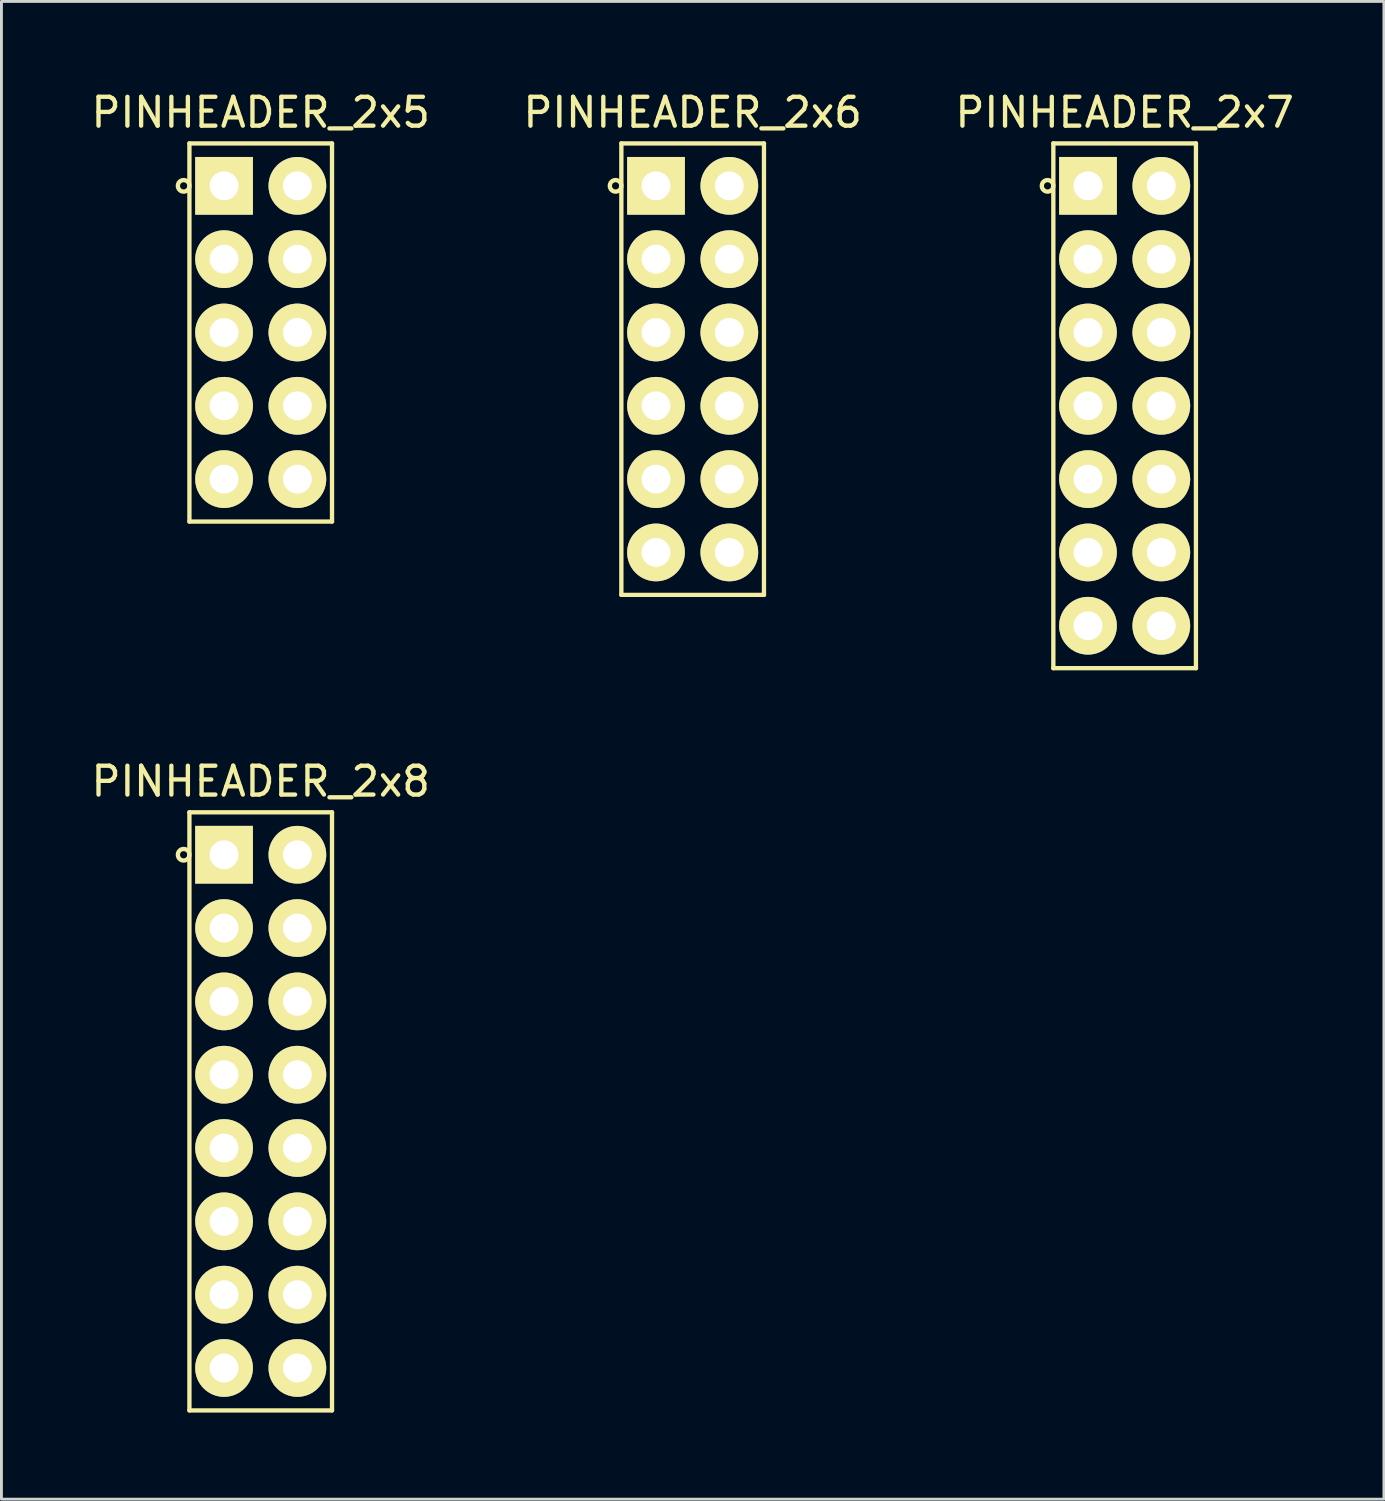
<source format=kicad_pcb>
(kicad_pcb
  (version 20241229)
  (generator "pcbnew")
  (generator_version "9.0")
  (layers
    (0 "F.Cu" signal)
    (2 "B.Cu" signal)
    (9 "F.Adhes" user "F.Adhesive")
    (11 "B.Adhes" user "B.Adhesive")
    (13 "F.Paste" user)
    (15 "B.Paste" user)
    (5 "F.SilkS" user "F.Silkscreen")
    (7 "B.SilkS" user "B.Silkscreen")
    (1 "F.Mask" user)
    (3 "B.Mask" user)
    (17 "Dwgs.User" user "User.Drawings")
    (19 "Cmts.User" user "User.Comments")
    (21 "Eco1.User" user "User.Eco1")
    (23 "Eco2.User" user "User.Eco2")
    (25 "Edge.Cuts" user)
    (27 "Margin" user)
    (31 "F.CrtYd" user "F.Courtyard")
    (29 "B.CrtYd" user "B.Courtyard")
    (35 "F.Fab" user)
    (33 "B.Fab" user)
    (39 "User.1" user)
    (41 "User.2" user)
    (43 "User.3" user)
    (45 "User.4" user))
  (footprint "PINHEADER_2x5"
    (layer "F.Cu")
    (at 4.712 3.388)
    (property "Reference" "PINHEADER_2x5" (at 1.27 -2.54 0) (layer "F.SilkS") (effects (font (size 1 1) (thickness 0.15))))
    (attr through_hole)
    (fp_line (start -1.2 -1.47) (end 3.74 -1.47) (stroke (width 0.15) (type solid)) (layer "F.SilkS"))
    (fp_line (start -1.2 11.63) (end -1.2 -1.47) (stroke (width 0.15) (type solid)) (layer "F.SilkS"))
    (fp_line (start 3.74 -1.47) (end 3.74 11.63) (stroke (width 0.15) (type solid)) (layer "F.SilkS"))
    (fp_line (start 3.74 11.63) (end -1.2 11.63) (stroke (width 0.15) (type solid)) (layer "F.SilkS"))
    (fp_circle (center -1.4 0) (end -1.4 0.2) (stroke (width 0.15) (type solid)) (fill no) (layer "F.SilkS"))
    (pad "1" thru_hole rect (at 0 0) (size 2 2) (drill 1) (layers "*.Cu" "*.Mask" "F.SilkS"))
    (pad "2" thru_hole circle (at 0 2.54) (size 2 2) (drill 1) (layers "*.Cu" "*.Mask" "F.SilkS"))
    (pad "3" thru_hole circle (at 0 5.08) (size 2 2) (drill 1) (layers "*.Cu" "*.Mask" "F.SilkS"))
    (pad "4" thru_hole circle (at 0 7.62) (size 2 2) (drill 1) (layers "*.Cu" "*.Mask" "F.SilkS"))
    (pad "5" thru_hole circle (at 0 10.16) (size 2 2) (drill 1) (layers "*.Cu" "*.Mask" "F.SilkS"))
    (pad "6" thru_hole circle (at 2.54 10.16) (size 2 2) (drill 1) (layers "*.Cu" "*.Mask" "F.SilkS"))
    (pad "7" thru_hole circle (at 2.54 7.62) (size 2 2) (drill 1) (layers "*.Cu" "*.Mask" "F.SilkS"))
    (pad "8" thru_hole circle (at 2.54 5.08) (size 2 2) (drill 1) (layers "*.Cu" "*.Mask" "F.SilkS"))
    (pad "9" thru_hole circle (at 2.54 2.54) (size 2 2) (drill 1) (layers "*.Cu" "*.Mask" "F.SilkS"))
    (pad "10" thru_hole circle (at 2.54 0) (size 2 2) (drill 1) (layers "*.Cu" "*.Mask" "F.SilkS")))
  (footprint "PINHEADER_2x7"
    (layer "F.Cu")
    (at 34.641 3.388)
    (property "Reference" "PINHEADER_2x7" (at 1.27 -2.54 0) (layer "F.SilkS") (effects (font (size 1 1) (thickness 0.15))))
    (attr through_hole)
    (fp_line (start -1.2 -1.47) (end 3.74 -1.47) (stroke (width 0.15) (type solid)) (layer "F.SilkS"))
    (fp_line (start -1.2 16.71) (end -1.2 -1.47) (stroke (width 0.15) (type solid)) (layer "F.SilkS"))
    (fp_line (start 3.74 -1.47) (end 3.74 16.71) (stroke (width 0.15) (type solid)) (layer "F.SilkS"))
    (fp_line (start 3.74 16.71) (end -1.2 16.71) (stroke (width 0.15) (type solid)) (layer "F.SilkS"))
    (fp_circle (center -1.4 0) (end -1.4 0.2) (stroke (width 0.15) (type solid)) (fill no) (layer "F.SilkS"))
    (pad "1" thru_hole rect (at 0 0) (size 2 2) (drill 1) (layers "*.Cu" "*.Mask" "F.SilkS"))
    (pad "2" thru_hole circle (at 0 2.54) (size 2 2) (drill 1) (layers "*.Cu" "*.Mask" "F.SilkS"))
    (pad "3" thru_hole circle (at 0 5.08) (size 2 2) (drill 1) (layers "*.Cu" "*.Mask" "F.SilkS"))
    (pad "4" thru_hole circle (at 0 7.62) (size 2 2) (drill 1) (layers "*.Cu" "*.Mask" "F.SilkS"))
    (pad "5" thru_hole circle (at 0 10.16) (size 2 2) (drill 1) (layers "*.Cu" "*.Mask" "F.SilkS"))
    (pad "6" thru_hole circle (at 0 12.7) (size 2 2) (drill 1) (layers "*.Cu" "*.Mask" "F.SilkS"))
    (pad "7" thru_hole circle (at 0 15.24) (size 2 2) (drill 1) (layers "*.Cu" "*.Mask" "F.SilkS"))
    (pad "8" thru_hole circle (at 2.54 15.24) (size 2 2) (drill 1) (layers "*.Cu" "*.Mask" "F.SilkS"))
    (pad "9" thru_hole circle (at 2.54 12.7) (size 2 2) (drill 1) (layers "*.Cu" "*.Mask" "F.SilkS"))
    (pad "10" thru_hole circle (at 2.54 10.16) (size 2 2) (drill 1) (layers "*.Cu" "*.Mask" "F.SilkS"))
    (pad "11" thru_hole circle (at 2.54 7.62) (size 2 2) (drill 1) (layers "*.Cu" "*.Mask" "F.SilkS"))
    (pad "12" thru_hole circle (at 2.54 5.08) (size 2 2) (drill 1) (layers "*.Cu" "*.Mask" "F.SilkS"))
    (pad "13" thru_hole circle (at 2.54 2.54) (size 2 2) (drill 1) (layers "*.Cu" "*.Mask" "F.SilkS"))
    (pad "14" thru_hole circle (at 2.54 0) (size 2 2) (drill 1) (layers "*.Cu" "*.Mask" "F.SilkS")))
  (footprint "PINHEADER_2x8"
    (layer "F.Cu")
    (at 4.712 26.561)
    (property "Reference" "PINHEADER_2x8" (at 1.27 -2.54 0) (layer "F.SilkS") (effects (font (size 1 1) (thickness 0.15))))
    (attr through_hole)
    (fp_line (start -1.2 -1.47) (end 3.74 -1.47) (stroke (width 0.15) (type solid)) (layer "F.SilkS"))
    (fp_line (start -1.2 19.25) (end -1.2 -1.47) (stroke (width 0.15) (type solid)) (layer "F.SilkS"))
    (fp_line (start 3.74 -1.47) (end 3.74 19.25) (stroke (width 0.15) (type solid)) (layer "F.SilkS"))
    (fp_line (start 3.74 19.25) (end -1.2 19.25) (stroke (width 0.15) (type solid)) (layer "F.SilkS"))
    (fp_circle (center -1.4 0) (end -1.4 0.2) (stroke (width 0.15) (type solid)) (fill no) (layer "F.SilkS"))
    (pad "1" thru_hole rect (at 0 0) (size 2 2) (drill 1) (layers "*.Cu" "*.Mask" "F.SilkS"))
    (pad "2" thru_hole circle (at 0 2.54) (size 2 2) (drill 1) (layers "*.Cu" "*.Mask" "F.SilkS"))
    (pad "3" thru_hole circle (at 0 5.08) (size 2 2) (drill 1) (layers "*.Cu" "*.Mask" "F.SilkS"))
    (pad "4" thru_hole circle (at 0 7.62) (size 2 2) (drill 1) (layers "*.Cu" "*.Mask" "F.SilkS"))
    (pad "5" thru_hole circle (at 0 10.16) (size 2 2) (drill 1) (layers "*.Cu" "*.Mask" "F.SilkS"))
    (pad "6" thru_hole circle (at 0 12.7) (size 2 2) (drill 1) (layers "*.Cu" "*.Mask" "F.SilkS"))
    (pad "7" thru_hole circle (at 0 15.24) (size 2 2) (drill 1) (layers "*.Cu" "*.Mask" "F.SilkS"))
    (pad "8" thru_hole circle (at 0 17.78) (size 2 2) (drill 1) (layers "*.Cu" "*.Mask" "F.SilkS"))
    (pad "9" thru_hole circle (at 2.54 17.78) (size 2 2) (drill 1) (layers "*.Cu" "*.Mask" "F.SilkS"))
    (pad "10" thru_hole circle (at 2.54 15.24) (size 2 2) (drill 1) (layers "*.Cu" "*.Mask" "F.SilkS"))
    (pad "11" thru_hole circle (at 2.54 12.7) (size 2 2) (drill 1) (layers "*.Cu" "*.Mask" "F.SilkS"))
    (pad "12" thru_hole circle (at 2.54 10.16) (size 2 2) (drill 1) (layers "*.Cu" "*.Mask" "F.SilkS"))
    (pad "13" thru_hole circle (at 2.54 7.62) (size 2 2) (drill 1) (layers "*.Cu" "*.Mask" "F.SilkS"))
    (pad "14" thru_hole circle (at 2.54 5.08) (size 2 2) (drill 1) (layers "*.Cu" "*.Mask" "F.SilkS"))
    (pad "15" thru_hole circle (at 2.54 2.54) (size 2 2) (drill 1) (layers "*.Cu" "*.Mask" "F.SilkS"))
    (pad "16" thru_hole circle (at 2.54 0) (size 2 2) (drill 1) (layers "*.Cu" "*.Mask" "F.SilkS")))
  (footprint "PINHEADER_2x6"
    (layer "F.Cu")
    (at 19.676 3.388)
    (property "Reference" "PINHEADER_2x6" (at 1.27 -2.54 0) (layer "F.SilkS") (effects (font (size 1 1) (thickness 0.15))))
    (attr through_hole)
    (fp_line (start -1.2 -1.47) (end 3.74 -1.47) (stroke (width 0.15) (type solid)) (layer "F.SilkS"))
    (fp_line (start -1.2 14.17) (end -1.2 -1.47) (stroke (width 0.15) (type solid)) (layer "F.SilkS"))
    (fp_line (start 3.74 -1.47) (end 3.74 14.17) (stroke (width 0.15) (type solid)) (layer "F.SilkS"))
    (fp_line (start 3.74 14.17) (end -1.2 14.17) (stroke (width 0.15) (type solid)) (layer "F.SilkS"))
    (fp_circle (center -1.4 0) (end -1.4 0.2) (stroke (width 0.15) (type solid)) (fill no) (layer "F.SilkS"))
    (pad "1" thru_hole rect (at 0 0) (size 2 2) (drill 1) (layers "*.Cu" "*.Mask" "F.SilkS"))
    (pad "2" thru_hole circle (at 0 2.54) (size 2 2) (drill 1) (layers "*.Cu" "*.Mask" "F.SilkS"))
    (pad "3" thru_hole circle (at 0 5.08) (size 2 2) (drill 1) (layers "*.Cu" "*.Mask" "F.SilkS"))
    (pad "4" thru_hole circle (at 0 7.62) (size 2 2) (drill 1) (layers "*.Cu" "*.Mask" "F.SilkS"))
    (pad "5" thru_hole circle (at 0 10.16) (size 2 2) (drill 1) (layers "*.Cu" "*.Mask" "F.SilkS"))
    (pad "6" thru_hole circle (at 0 12.7) (size 2 2) (drill 1) (layers "*.Cu" "*.Mask" "F.SilkS"))
    (pad "7" thru_hole circle (at 2.54 12.7) (size 2 2) (drill 1) (layers "*.Cu" "*.Mask" "F.SilkS"))
    (pad "8" thru_hole circle (at 2.54 10.16) (size 2 2) (drill 1) (layers "*.Cu" "*.Mask" "F.SilkS"))
    (pad "9" thru_hole circle (at 2.54 7.62) (size 2 2) (drill 1) (layers "*.Cu" "*.Mask" "F.SilkS"))
    (pad "10" thru_hole circle (at 2.54 5.08) (size 2 2) (drill 1) (layers "*.Cu" "*.Mask" "F.SilkS"))
    (pad "11" thru_hole circle (at 2.54 2.54) (size 2 2) (drill 1) (layers "*.Cu" "*.Mask" "F.SilkS"))
    (pad "12" thru_hole circle (at 2.54 0) (size 2 2) (drill 1) (layers "*.Cu" "*.Mask" "F.SilkS")))
  (gr_rect
    (start -3 -3)
    (end 44.893 48.886)
    (stroke (width 0.1) (type default))
    (fill no)
    (layer "Edge.Cuts")))
</source>
